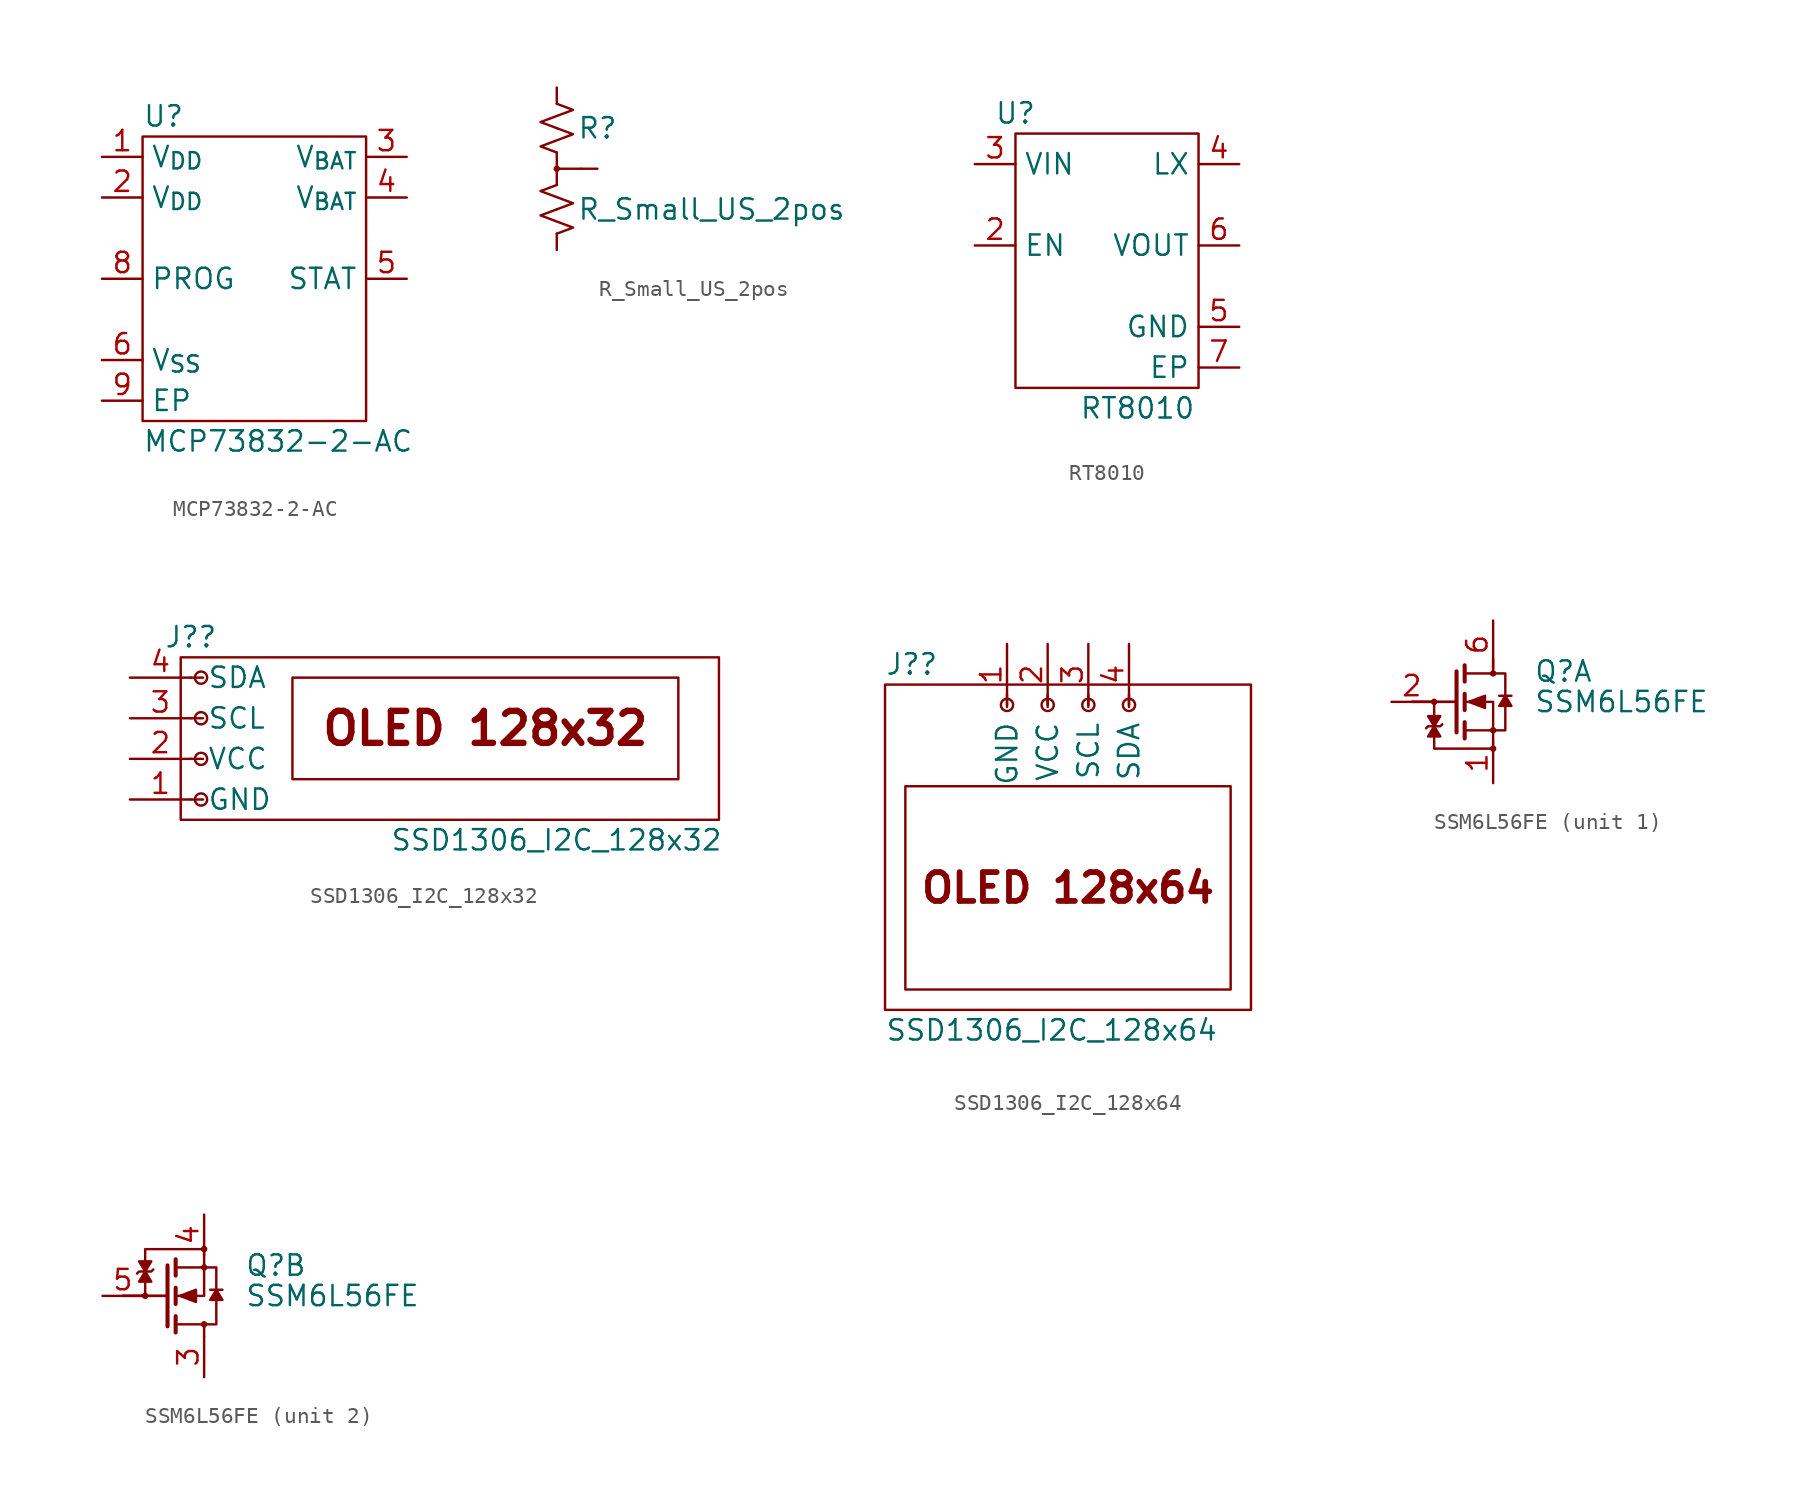
<source format=kicad_sym>
(kicad_symbol_lib
  (version 20220914)
  (generator kicad_symbol_editor)
  (symbol "MCP73832-2-AC"
    (property "Reference" "U"
      (at 2.54 2.54 0)
      (effects (font (size 1.27 1.27)) (justify left)))
    (property "Value" "MCP73832-2-AC"
      (at 2.54 -17.78 0)
      (effects (font (size 1.27 1.27)) (justify left)))
    (symbol "MCP73832-2-AC_1_1"
      (rectangle (start 2.54 1.27) (end 16.51 -16.51) (stroke (width 0) (type default)) (fill (type none)))
      (pin power_in line (at 0 0 0) (length 2.54) (name "V_{DD}" (effects (font (size 1.27 1.27)))) (number "1" (effects (font (size 1.27 1.27)))))
      (pin power_in line (at 0 -2.54 0) (length 2.54) (name "V_{DD}" (effects (font (size 1.27 1.27)))) (number "2" (effects (font (size 1.27 1.27)))))
      (pin power_out line (at 19.05 0 180) (length 2.54) (name "V_{BAT}" (effects (font (size 1.27 1.27)))) (number "3" (effects (font (size 1.27 1.27)))))
      (pin power_out line (at 19.05 -2.54 180) (length 2.54) (name "V_{BAT}" (effects (font (size 1.27 1.27)))) (number "4" (effects (font (size 1.27 1.27)))))
      (pin open_collector line (at 19.05 -7.62 180) (length 2.54) (name "STAT" (effects (font (size 1.27 1.27)))) (number "5" (effects (font (size 1.27 1.27)))))
      (pin power_in line (at 0 -12.7 0) (length 2.54) (name "V_{SS}" (effects (font (size 1.27 1.27)))) (number "6" (effects (font (size 1.27 1.27)))))
      (pin no_connect line (at 19.05 -5.08 180) (length 2.54) hide (name "NC" (effects (font (size 1.27 1.27)))) (number "7" (effects (font (size 1.27 1.27)))))
      (pin passive line (at 0 -7.62 0) (length 2.54) (name "PROG" (effects (font (size 1.27 1.27)))) (number "8" (effects (font (size 1.27 1.27)))))
      (pin passive line (at 0 -15.24 0) (length 2.54) (name "EP" (effects (font (size 1.27 1.27)))) (number "9" (effects (font (size 1.27 1.27)))))))
  (symbol "R_Small_US_2pos"
    (pin_numbers hide)
    (pin_names
      (offset 0.254) hide)
    (property "Reference" "R"
      (at 1.27 5.08 0)
      (effects (font (size 1.27 1.27)) (justify left)))
    (property "Value" "R_Small_US_2pos"
      (at 1.27 0 0)
      (effects (font (size 1.27 1.27)) (justify left)))
    (symbol "R_Small_US_2pos_0_1"
      (polyline (pts (xy 0 3.556) (xy 0 1.524)) (stroke (width 0) (type default)) (fill (type none)))
      (polyline (pts (xy 1.524 2.54) (xy 0 2.54)) (stroke (width 0) (type default)) (fill (type none)))
      (circle (center 0 2.54) (radius 0.127) (stroke (width 0) (type default)) (fill (type none))))
    (symbol "R_Small_US_2pos_1_1"
      (polyline (pts (xy 0 0) (xy -1.016 -0.381) (xy 0 -0.762) (xy 1.016 -1.143) (xy 0 -1.524)) (stroke (width 0) (type default)) (fill (type none)))
      (polyline (pts (xy 0 1.524) (xy -1.016 1.143) (xy 0 0.762) (xy 1.016 0.381) (xy 0 0)) (stroke (width 0) (type default)) (fill (type none)))
      (polyline (pts (xy 0 5.08) (xy 1.016 4.699) (xy 0 4.318) (xy -1.016 3.937) (xy 0 3.556)) (stroke (width 0) (type default)) (fill (type none)))
      (polyline (pts (xy 0 6.604) (xy 1.016 6.223) (xy 0 5.842) (xy -1.016 5.461) (xy 0 5.08)) (stroke (width 0) (type default)) (fill (type none)))
      (pin passive line (at 0 7.62 270) (length 1.016) (name "~" (effects (font (size 1.27 1.27)))) (number "1" (effects (font (size 1.27 1.27)))))
      (pin passive line (at 2.54 2.54 180) (length 1.016) (name "~" (effects (font (size 1.27 1.27)))) (number "2" (effects (font (size 1.27 1.27)))))
      (pin passive line (at 0 -2.54 90) (length 1.016) (name "~" (effects (font (size 1.27 1.27)))) (number "3" (effects (font (size 1.27 1.27)))))))
  (symbol "RT8010"
    (property "Reference" "U"
      (at 2.54 3.175 0)
      (effects (font (size 1.27 1.27))))
    (property "Value" "RT8010"
      (at 10.16 -15.24 0)
      (effects (font (size 1.27 1.27))))
    (symbol "RT8010_0_1"
      (rectangle (start 2.54 1.905) (end 13.97 -13.97) (stroke (width 0) (type default)) (fill (type none))))
    (symbol "RT8010_1_1"
      (pin no_connect line (at 0 -10.16 0) (length 2.54) hide (name "IC" (effects (font (size 1.27 1.27)))) (number "1" (effects (font (size 1.27 1.27)))))
      (pin input line (at 0 -5.08 0) (length 2.54) (name "EN" (effects (font (size 1.27 1.27)))) (number "2" (effects (font (size 1.27 1.27)))))
      (pin power_in line (at 0 0 0) (length 2.54) (name "VIN" (effects (font (size 1.27 1.27)))) (number "3" (effects (font (size 1.27 1.27)))))
      (pin power_out line (at 16.51 0 180) (length 2.54) (name "LX" (effects (font (size 1.27 1.27)))) (number "4" (effects (font (size 1.27 1.27)))))
      (pin power_in line (at 16.51 -10.16 180) (length 2.54) (name "GND" (effects (font (size 1.27 1.27)))) (number "5" (effects (font (size 1.27 1.27)))))
      (pin input line (at 16.51 -5.08 180) (length 2.54) (name "VOUT" (effects (font (size 1.27 1.27)))) (number "6" (effects (font (size 1.27 1.27)))))
      (pin passive line (at 16.51 -12.7 180) (length 2.54) (name "EP" (effects (font (size 1.27 1.27)))) (number "7" (effects (font (size 1.27 1.27)))))))
  (symbol "SSD1306_I2C_128x32"
    (pin_names
      (offset 1.016))
    (property "Reference" "J?"
      (at -1.27 5.08 0)
      (effects (font (size 1.27 1.27))))
    (property "Value" "SSD1306_I2C_128x32"
      (at 21.59 -7.62 0)
      (effects (font (size 1.27 1.27))))
    (symbol "SSD1306_I2C_128x32_0_0"
      (text "OLED 128x32" (at 17.145 -0.635 0) (effects (font (size 2 2) bold))))
    (symbol "SSD1306_I2C_128x32_0_1"
      (rectangle (start -1.905 3.81) (end 31.75 -6.35) (stroke (width 0.152) (type default)) (fill (type none)))
      (circle (center -0.635 -5.08) (radius 0.381) (stroke (width 0.152) (type default)) (fill (type none)))
      (circle (center -0.635 -2.54) (radius 0.381) (stroke (width 0.152) (type default)) (fill (type none)))
      (circle (center -0.635 0) (radius 0.381) (stroke (width 0.152) (type default)) (fill (type none)))
      (circle (center -0.635 2.54) (radius 0.381) (stroke (width 0.152) (type default)) (fill (type none)))
      (rectangle (start 5.08 2.54) (end 29.21 -3.81) (stroke (width 0.152) (type default)) (fill (type none))))
    (symbol "SSD1306_I2C_128x32_1_1"
      (polyline (pts (xy -1.27 -5.08) (xy -0.508 -5.08)) (stroke (width 0.152) (type default)) (fill (type none)))
      (polyline (pts (xy -1.27 -2.54) (xy -0.508 -2.54)) (stroke (width 0.152) (type default)) (fill (type none)))
      (polyline (pts (xy -1.27 0) (xy -0.508 0)) (stroke (width 0.152) (type default)) (fill (type none)))
      (polyline (pts (xy -1.27 2.54) (xy -0.508 2.54)) (stroke (width 0.152) (type default)) (fill (type none)))
      (pin power_in line (at -5.08 -5.08 0) (length 3.81) (name "GND" (effects (font (size 1.27 1.27)))) (number "1" (effects (font (size 1.27 1.27)))))
      (pin power_in line (at -5.08 -2.54 0) (length 3.81) (name "VCC" (effects (font (size 1.27 1.27)))) (number "2" (effects (font (size 1.27 1.27)))))
      (pin input line (at -5.08 0 0) (length 3.81) (name "SCL" (effects (font (size 1.27 1.27)))) (number "3" (effects (font (size 1.27 1.27)))))
      (pin bidirectional line (at -5.08 2.54 0) (length 3.81) (name "SDA" (effects (font (size 1.27 1.27)))) (number "4" (effects (font (size 1.27 1.27)))))))
  (symbol "SSD1306_I2C_128x64"
    (pin_names
      (offset 1.016))
    (property "Reference" "J?"
      (at -1.27 8.89 0)
      (effects (font (size 1.27 1.27)) (justify left)))
    (property "Value" "SSD1306_I2C_128x64"
      (at -1.27 -13.97 0)
      (effects (font (size 1.27 1.27)) (justify left)))
    (symbol "SSD1306_I2C_128x64_0_1"
      (rectangle (start -1.27 7.62) (end 21.59 -12.7) (stroke (width 0.152) (type default)) (fill (type none)))
      (rectangle (start 0 1.27) (end 20.32 -11.43) (stroke (width 0.152) (type default)) (fill (type none)))
      (circle (center 6.35 6.35) (radius 0.381) (stroke (width 0.152) (type default)) (fill (type none)))
      (circle (center 8.89 6.35) (radius 0.381) (stroke (width 0.152) (type default)) (fill (type none)))
      (circle (center 11.43 6.35) (radius 0.381) (stroke (width 0.152) (type default)) (fill (type none)))
      (circle (center 13.97 6.35) (radius 0.381) (stroke (width 0.152) (type default)) (fill (type none))))
    (symbol "SSD1306_I2C_128x64_1_0"
      (text "OLED 128x64" (at 10.16 -5.08 0) (effects (font (size 1.8 1.8) bold))))
    (symbol "SSD1306_I2C_128x64_1_1"
      (polyline (pts (xy 6.35 6.985) (xy 6.35 6.223)) (stroke (width 0.152) (type default)) (fill (type none)))
      (polyline (pts (xy 8.89 6.985) (xy 8.89 6.223)) (stroke (width 0.152) (type default)) (fill (type none)))
      (polyline (pts (xy 11.43 6.985) (xy 11.43 6.223)) (stroke (width 0.152) (type default)) (fill (type none)))
      (polyline (pts (xy 13.97 6.985) (xy 13.97 6.223)) (stroke (width 0.152) (type default)) (fill (type none)))
      (pin power_in line (at 6.35 10.16 270) (length 3.81) (name "GND" (effects (font (size 1.27 1.27)))) (number "1" (effects (font (size 1.27 1.27)))))
      (pin power_in line (at 8.89 10.16 270) (length 3.81) (name "VCC" (effects (font (size 1.27 1.27)))) (number "2" (effects (font (size 1.27 1.27)))))
      (pin input line (at 11.43 10.16 270) (length 3.81) (name "SCL" (effects (font (size 1.27 1.27)))) (number "3" (effects (font (size 1.27 1.27)))))
      (pin bidirectional line (at 13.97 10.16 270) (length 3.81) (name "SDA" (effects (font (size 1.27 1.27)))) (number "4" (effects (font (size 1.27 1.27)))))))
  (symbol "SSM6L56FE"
    (pin_names hide)
    (property "Reference" "Q"
      (at 5.08 1.905 0)
      (effects (font (size 1.27 1.27)) (justify left)))
    (property "Value" "SSM6L56FE"
      (at 5.08 0 0)
      (effects (font (size 1.27 1.27)) (justify left)))
    (property "ki_locked" ""
      (at 0 0 0)
      (effects (font (size 1.27 1.27))))
    (symbol "SSM6L56FE_0_1"
      (circle (center -1.143 0) (radius 0.127) (stroke (width 0) (type default)) (fill (type outline)))
      (polyline (pts (xy 0.254 -1.905) (xy 0.254 1.905)) (stroke (width 0.254) (type default)) (fill (type none)))
      (polyline (pts (xy 0.254 0) (xy -2.54 0)) (stroke (width 0) (type default)) (fill (type none)))
      (polyline (pts (xy 0.254 0) (xy -2.54 0)) (stroke (width 0) (type default)) (fill (type none)))
      (polyline (pts (xy 0.762 -2.286) (xy 0.762 -1.27)) (stroke (width 0.254) (type default)) (fill (type none)))
      (polyline (pts (xy 0.762 -0.508) (xy 0.762 0.508)) (stroke (width 0.254) (type default)) (fill (type none)))
      (polyline (pts (xy 0.762 1.27) (xy 0.762 2.286)) (stroke (width 0.254) (type default)) (fill (type none)))
      (polyline (pts (xy 2.54 -2.54) (xy 2.54 -1.778)) (stroke (width 0) (type default)) (fill (type none)))
      (polyline (pts (xy 2.54 1.905) (xy 2.54 2.667)) (stroke (width 0) (type default)) (fill (type none)))
      (polyline (pts (xy 0.762 1.778) (xy 3.302 1.778) (xy 3.302 -1.778) (xy 0.762 -1.778)) (stroke (width 0) (type default)) (fill (type none)))
      (circle (center 2.54 -1.778) (radius 0.127) (stroke (width 0) (type default)) (fill (type outline)))
      (circle (center 2.54 1.778) (radius 0.127) (stroke (width 0) (type default)) (fill (type outline))))
    (symbol "SSM6L56FE_1_1"
      (polyline (pts (xy -1.143 0) (xy -1.143 -2.921) (xy 2.54 -2.921)) (stroke (width 0) (type default)) (fill (type none)))
      (polyline (pts (xy 0.762 0) (xy 2.54 0) (xy 2.54 -1.778)) (stroke (width 0) (type default)) (fill (type none)))
      (polyline (pts (xy -1.651 -1.651) (xy -1.524 -1.524) (xy -0.762 -1.524) (xy -0.635 -1.397)) (stroke (width 0) (type default)) (fill (type none)))
      (polyline (pts (xy -1.143 -1.524) (xy -1.524 -2.159) (xy -0.762 -2.159) (xy -1.143 -1.524)) (stroke (width 0) (type default)) (fill (type outline)))
      (polyline (pts (xy -1.143 -1.524) (xy -0.762 -0.889) (xy -1.524 -0.889) (xy -1.143 -1.524)) (stroke (width 0) (type default)) (fill (type outline)))
      (polyline (pts (xy 1.016 0) (xy 2.032 0.381) (xy 2.032 -0.381) (xy 1.016 0)) (stroke (width 0) (type default)) (fill (type outline)))
      (polyline (pts (xy 2.921 0.381) (xy 2.921 0.381) (xy 3.683 0.381) (xy 3.683 0.381)) (stroke (width 0) (type default)) (fill (type none)))
      (polyline (pts (xy 3.302 0.381) (xy 2.921 -0.254) (xy 3.683 -0.254) (xy 3.302 0.381)) (stroke (width 0) (type default)) (fill (type outline)))
      (circle (center 2.54 -2.921) (radius 0.127) (stroke (width 0) (type default)) (fill (type none)))
      (pin passive line (at 2.54 -5.08 90) (length 2.54) (name "S" (effects (font (size 1.27 1.27)))) (number "1" (effects (font (size 1.27 1.27)))))
      (pin input line (at -3.81 0 0) (length 2.54) (name "G" (effects (font (size 1.27 1.27)))) (number "2" (effects (font (size 1.27 1.27)))))
      (pin passive line (at 2.54 5.08 270) (length 3) (name "D" (effects (font (size 1.27 1.27)))) (number "6" (effects (font (size 1.27 1.27))))))
    (symbol "SSM6L56FE_2_1"
      (polyline (pts (xy -1.143 0) (xy -1.143 2.921) (xy 2.54 2.921)) (stroke (width 0) (type default)) (fill (type none)))
      (polyline (pts (xy 0.762 0) (xy 2.54 0) (xy 2.54 1.778)) (stroke (width 0) (type default)) (fill (type none)))
      (polyline (pts (xy -1.651 1.397) (xy -1.524 1.524) (xy -0.762 1.524) (xy -0.635 1.651)) (stroke (width 0) (type default)) (fill (type none)))
      (polyline (pts (xy -1.143 1.524) (xy -1.524 0.889) (xy -0.762 0.889) (xy -1.143 1.524)) (stroke (width 0) (type default)) (fill (type outline)))
      (polyline (pts (xy -1.143 1.524) (xy -0.762 2.159) (xy -1.524 2.159) (xy -1.143 1.524)) (stroke (width 0) (type default)) (fill (type outline)))
      (polyline (pts (xy 1.016 0) (xy 2.032 0.381) (xy 2.032 -0.381) (xy 1.016 0)) (stroke (width 0) (type default)) (fill (type outline)))
      (polyline (pts (xy 2.921 0.381) (xy 2.921 0.381) (xy 3.683 0.381) (xy 3.683 0.381)) (stroke (width 0) (type default)) (fill (type none)))
      (polyline (pts (xy 3.302 0.381) (xy 2.921 -0.254) (xy 3.683 -0.254) (xy 3.302 0.381)) (stroke (width 0) (type default)) (fill (type outline)))
      (circle (center 2.54 2.921) (radius 0.127) (stroke (width 0) (type default)) (fill (type none)))
      (pin passive line (at 2.54 -5.08 90) (length 2.54) (name "D" (effects (font (size 1.27 1.27)))) (number "3" (effects (font (size 1.27 1.27)))))
      (pin passive line (at 2.54 5.08 270) (length 2.54) (name "1" (effects (font (size 1.27 1.27)))) (number "4" (effects (font (size 1.27 1.27)))))
      (pin input line (at -3.81 0 0) (length 2.54) (name "G" (effects (font (size 1.27 1.27)))) (number "5" (effects (font (size 1.27 1.27))))))))
</source>
